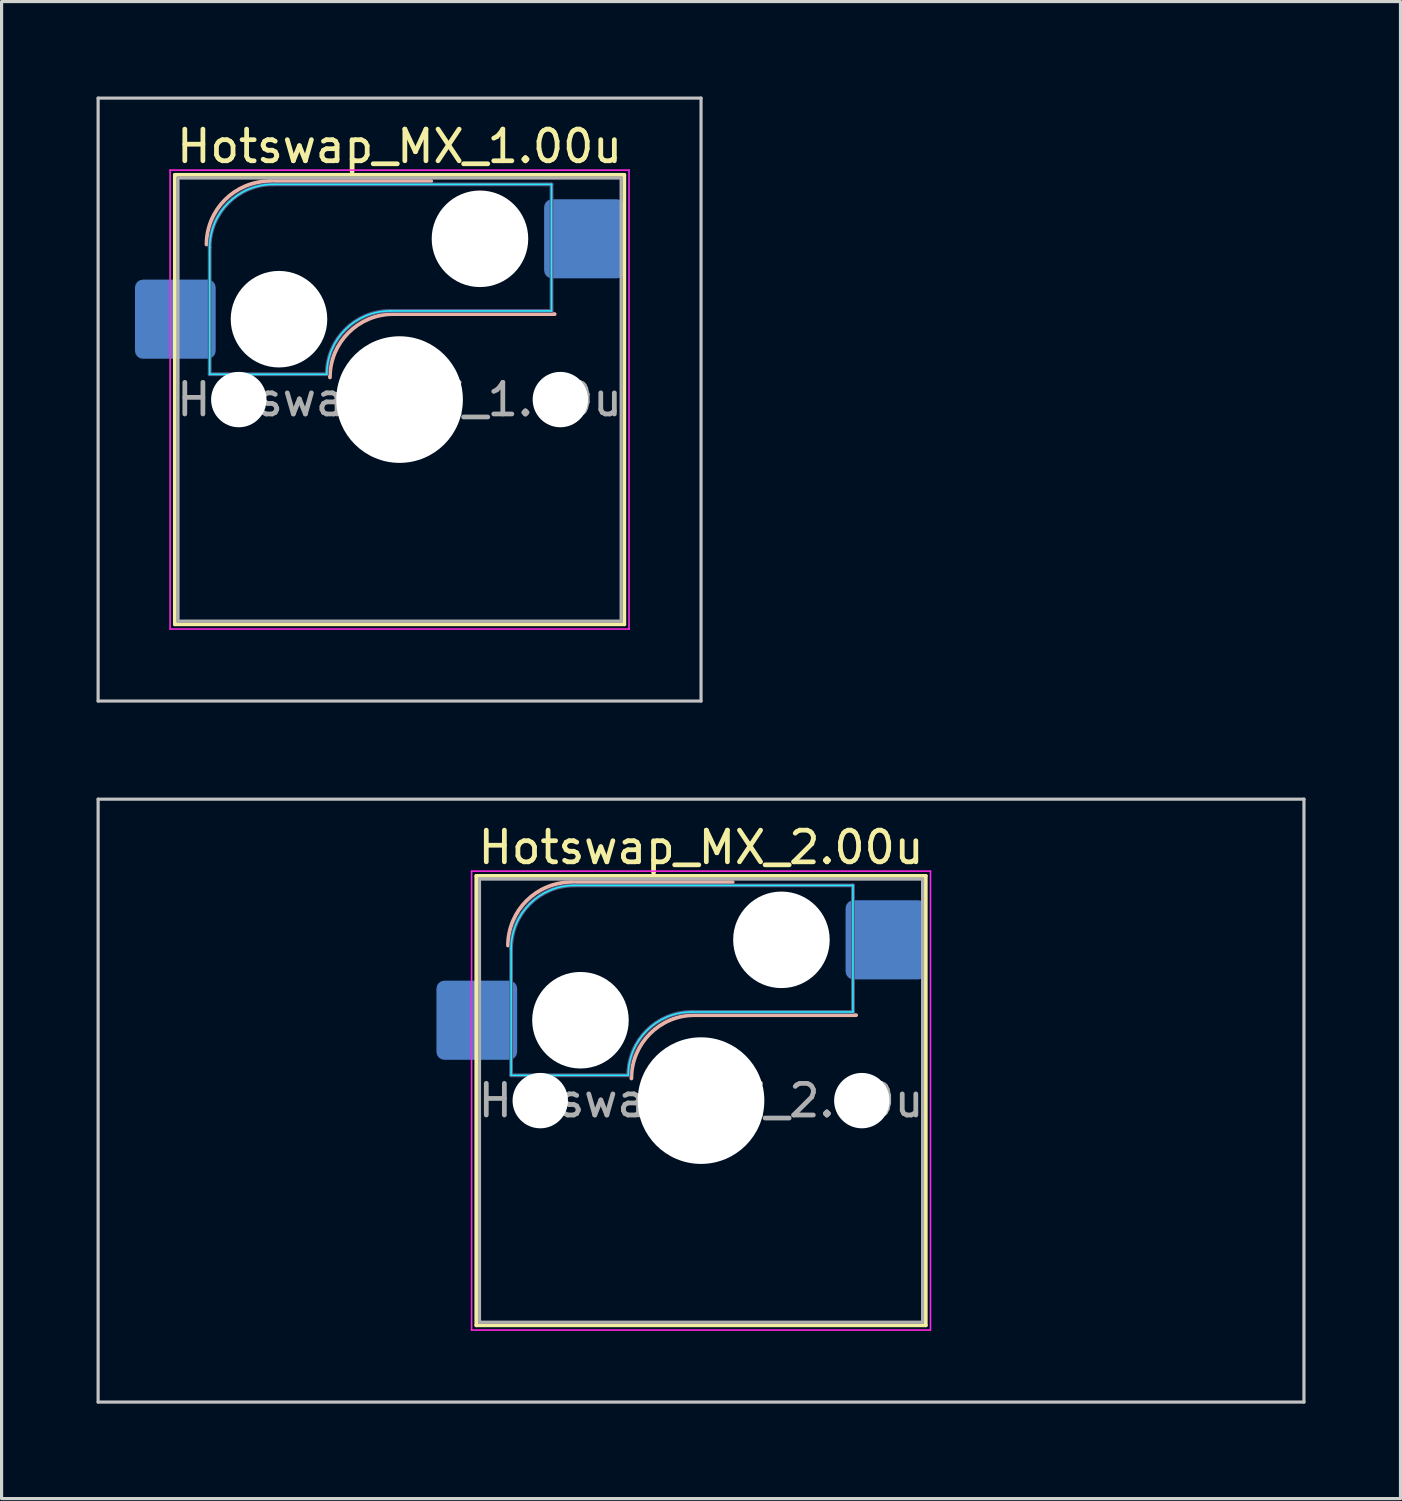
<source format=kicad_pcb>
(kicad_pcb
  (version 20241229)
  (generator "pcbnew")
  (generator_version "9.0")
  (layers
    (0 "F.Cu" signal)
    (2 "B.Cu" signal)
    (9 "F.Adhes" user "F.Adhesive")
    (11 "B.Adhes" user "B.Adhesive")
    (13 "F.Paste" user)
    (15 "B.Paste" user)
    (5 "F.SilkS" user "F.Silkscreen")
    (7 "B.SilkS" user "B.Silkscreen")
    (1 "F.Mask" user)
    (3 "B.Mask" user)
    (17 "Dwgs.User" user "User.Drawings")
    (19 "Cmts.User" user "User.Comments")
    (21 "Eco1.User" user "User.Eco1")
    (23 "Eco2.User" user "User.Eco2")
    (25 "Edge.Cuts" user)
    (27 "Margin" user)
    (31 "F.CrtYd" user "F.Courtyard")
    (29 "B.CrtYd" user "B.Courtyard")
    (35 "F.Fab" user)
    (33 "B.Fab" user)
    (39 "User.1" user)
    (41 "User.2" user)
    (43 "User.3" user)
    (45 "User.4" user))
  (footprint "Hotswap_MX_2.00u"
    (layer "F.Cu")
    (at 19.1 31.725)
    (property "Reference" "Hotswap_MX_2.00u" (at 0 -8 0) (layer "F.SilkS") (effects (font (size 1 1) (thickness 0.15))))
    (attr smd)
    (fp_line (start -7.1 -7.1) (end -7.1 7.1) (stroke (width 0.12) (type solid)) (layer "F.SilkS"))
    (fp_line (start -7.1 7.1) (end 7.1 7.1) (stroke (width 0.12) (type solid)) (layer "F.SilkS"))
    (fp_line (start 7.1 -7.1) (end -7.1 -7.1) (stroke (width 0.12) (type solid)) (layer "F.SilkS"))
    (fp_line (start 7.1 7.1) (end 7.1 -7.1) (stroke (width 0.12) (type solid)) (layer "F.SilkS"))
    (fp_line (start -4.1 -6.9) (end 1 -6.9) (stroke (width 0.12) (type solid)) (layer "B.SilkS"))
    (fp_line (start -0.2 -2.7) (end 4.9 -2.7) (stroke (width 0.12) (type solid)) (layer "B.SilkS"))
    (fp_arc (start -6.1 -4.9) (mid -5.514214 -6.314214) (end -4.1 -6.9) (stroke (width 0.12) (type solid)) (layer "B.SilkS"))
    (fp_arc (start -2.2 -0.7) (mid -1.614214 -2.114214) (end -0.2 -2.7) (stroke (width 0.12) (type solid)) (layer "B.SilkS"))
    (fp_line (start -19.05 -9.525) (end -19.05 9.525) (stroke (width 0.1) (type solid)) (layer "Dwgs.User"))
    (fp_line (start -19.05 9.525) (end 19.05 9.525) (stroke (width 0.1) (type solid)) (layer "Dwgs.User"))
    (fp_line (start 19.05 -9.525) (end -19.05 -9.525) (stroke (width 0.1) (type solid)) (layer "Dwgs.User"))
    (fp_line (start 19.05 9.525) (end 19.05 -9.525) (stroke (width 0.1) (type solid)) (layer "Dwgs.User"))
    (fp_line (start -7.8 -6) (end -7 -6) (stroke (width 0.1) (type solid)) (layer "Eco1.User"))
    (fp_line (start -7.8 -2.9) (end -7.8 -6) (stroke (width 0.1) (type solid)) (layer "Eco1.User"))
    (fp_line (start -7.8 2.9) (end -7 2.9) (stroke (width 0.1) (type solid)) (layer "Eco1.User"))
    (fp_line (start -7.8 6) (end -7.8 2.9) (stroke (width 0.1) (type solid)) (layer "Eco1.User"))
    (fp_line (start -7 -7) (end 7 -7) (stroke (width 0.1) (type solid)) (layer "Eco1.User"))
    (fp_line (start -7 -6) (end -7 -7) (stroke (width 0.1) (type solid)) (layer "Eco1.User"))
    (fp_line (start -7 -2.9) (end -7.8 -2.9) (stroke (width 0.1) (type solid)) (layer "Eco1.User"))
    (fp_line (start -7 2.9) (end -7 -2.9) (stroke (width 0.1) (type solid)) (layer "Eco1.User"))
    (fp_line (start -7 6) (end -7.8 6) (stroke (width 0.1) (type solid)) (layer "Eco1.User"))
    (fp_line (start -7 7) (end -7 6) (stroke (width 0.1) (type solid)) (layer "Eco1.User"))
    (fp_line (start 7 -7) (end 7 -6) (stroke (width 0.1) (type solid)) (layer "Eco1.User"))
    (fp_line (start 7 -6) (end 7.8 -6) (stroke (width 0.1) (type solid)) (layer "Eco1.User"))
    (fp_line (start 7 -2.9) (end 7 2.9) (stroke (width 0.1) (type solid)) (layer "Eco1.User"))
    (fp_line (start 7 2.9) (end 7.8 2.9) (stroke (width 0.1) (type solid)) (layer "Eco1.User"))
    (fp_line (start 7 6) (end 7 7) (stroke (width 0.1) (type solid)) (layer "Eco1.User"))
    (fp_line (start 7 7) (end -7 7) (stroke (width 0.1) (type solid)) (layer "Eco1.User"))
    (fp_line (start 7.8 -6) (end 7.8 -2.9) (stroke (width 0.1) (type solid)) (layer "Eco1.User"))
    (fp_line (start 7.8 -2.9) (end 7 -2.9) (stroke (width 0.1) (type solid)) (layer "Eco1.User"))
    (fp_line (start 7.8 2.9) (end 7.8 6) (stroke (width 0.1) (type solid)) (layer "Eco1.User"))
    (fp_line (start 7.8 6) (end 7 6) (stroke (width 0.1) (type solid)) (layer "Eco1.User"))
    (fp_line (start -6 -0.8) (end -6 -4.8) (stroke (width 0.05) (type solid)) (layer "B.CrtYd"))
    (fp_line (start -6 -0.8) (end -2.3 -0.8) (stroke (width 0.05) (type solid)) (layer "B.CrtYd"))
    (fp_line (start -4 -6.8) (end 4.8 -6.8) (stroke (width 0.05) (type solid)) (layer "B.CrtYd"))
    (fp_line (start -0.3 -2.8) (end 4.8 -2.8) (stroke (width 0.05) (type solid)) (layer "B.CrtYd"))
    (fp_line (start 4.8 -6.8) (end 4.8 -2.8) (stroke (width 0.05) (type solid)) (layer "B.CrtYd"))
    (fp_arc (start -6 -4.8) (mid -5.414214 -6.214214) (end -4 -6.8) (stroke (width 0.05) (type solid)) (layer "B.CrtYd"))
    (fp_arc (start -2.3 -0.8) (mid -1.714214 -2.214214) (end -0.3 -2.8) (stroke (width 0.05) (type solid)) (layer "B.CrtYd"))
    (fp_line (start -7.25 -7.25) (end -7.25 7.25) (stroke (width 0.05) (type solid)) (layer "F.CrtYd"))
    (fp_line (start -7.25 7.25) (end 7.25 7.25) (stroke (width 0.05) (type solid)) (layer "F.CrtYd"))
    (fp_line (start 7.25 -7.25) (end -7.25 -7.25) (stroke (width 0.05) (type solid)) (layer "F.CrtYd"))
    (fp_line (start 7.25 7.25) (end 7.25 -7.25) (stroke (width 0.05) (type solid)) (layer "F.CrtYd"))
    (fp_line (start -6 -0.8) (end -6 -4.8) (stroke (width 0.12) (type solid)) (layer "B.Fab"))
    (fp_line (start -6 -0.8) (end -2.3 -0.8) (stroke (width 0.12) (type solid)) (layer "B.Fab"))
    (fp_line (start -4 -6.8) (end 4.8 -6.8) (stroke (width 0.12) (type solid)) (layer "B.Fab"))
    (fp_line (start -0.3 -2.8) (end 4.8 -2.8) (stroke (width 0.12) (type solid)) (layer "B.Fab"))
    (fp_line (start 4.8 -6.8) (end 4.8 -2.8) (stroke (width 0.12) (type solid)) (layer "B.Fab"))
    (fp_arc (start -6 -4.8) (mid -5.414214 -6.214214) (end -4 -6.8) (stroke (width 0.12) (type solid)) (layer "B.Fab"))
    (fp_arc (start -2.3 -0.8) (mid -1.714214 -2.214214) (end -0.3 -2.8) (stroke (width 0.12) (type solid)) (layer "B.Fab"))
    (fp_line (start -7 -7) (end -7 7) (stroke (width 0.1) (type solid)) (layer "F.Fab"))
    (fp_line (start -7 7) (end 7 7) (stroke (width 0.1) (type solid)) (layer "F.Fab"))
    (fp_line (start 7 -7) (end -7 -7) (stroke (width 0.1) (type solid)) (layer "F.Fab"))
    (fp_line (start 7 7) (end 7 -7) (stroke (width 0.1) (type solid)) (layer "F.Fab"))
    (fp_text user "${REFERENCE}" (at 0 0 0) (layer "F.Fab") (effects (font (size 1 1) (thickness 0.15))))
    (pad "" np_thru_hole circle (at -5.08 0) (size 1.75 1.75) (drill 1.75) (layers "*.Cu" "*.Mask"))
    (pad "" np_thru_hole circle (at -3.81 -2.54) (size 3.05 3.05) (drill 3.05) (layers "*.Cu" "*.Mask"))
    (pad "" np_thru_hole circle (at 0 0) (size 4 4) (drill 4) (layers "*.Cu" "*.Mask"))
    (pad "" np_thru_hole circle (at 2.54 -5.08) (size 3.05 3.05) (drill 3.05) (layers "*.Cu" "*.Mask"))
    (pad "" np_thru_hole circle (at 5.08 0) (size 1.75 1.75) (drill 1.75) (layers "*.Cu" "*.Mask"))
    (pad "1" smd roundrect (at -7.085 -2.54) (size 2.55 2.5) (layers "B.Cu" "B.Mask" "B.Paste") (roundrect_rratio 0.1))
    (pad "2" smd roundrect (at 5.842 -5.08) (size 2.55 2.5) (layers "B.Cu" "B.Mask" "B.Paste") (roundrect_rratio 0.1)))
  (footprint "Hotswap_MX_1.00u"
    (layer "F.Cu")
    (at 9.575 9.575)
    (property "Reference" "Hotswap_MX_1.00u" (at 0 -8 0) (layer "F.SilkS") (effects (font (size 1 1) (thickness 0.15))))
    (attr smd)
    (fp_line (start -7.1 -7.1) (end -7.1 7.1) (stroke (width 0.12) (type solid)) (layer "F.SilkS"))
    (fp_line (start -7.1 7.1) (end 7.1 7.1) (stroke (width 0.12) (type solid)) (layer "F.SilkS"))
    (fp_line (start 7.1 -7.1) (end -7.1 -7.1) (stroke (width 0.12) (type solid)) (layer "F.SilkS"))
    (fp_line (start 7.1 7.1) (end 7.1 -7.1) (stroke (width 0.12) (type solid)) (layer "F.SilkS"))
    (fp_line (start -4.1 -6.9) (end 1 -6.9) (stroke (width 0.12) (type solid)) (layer "B.SilkS"))
    (fp_line (start -0.2 -2.7) (end 4.9 -2.7) (stroke (width 0.12) (type solid)) (layer "B.SilkS"))
    (fp_arc (start -6.1 -4.9) (mid -5.514214 -6.314214) (end -4.1 -6.9) (stroke (width 0.12) (type solid)) (layer "B.SilkS"))
    (fp_arc (start -2.2 -0.7) (mid -1.614214 -2.114214) (end -0.2 -2.7) (stroke (width 0.12) (type solid)) (layer "B.SilkS"))
    (fp_line (start -9.525 -9.525) (end -9.525 9.525) (stroke (width 0.1) (type solid)) (layer "Dwgs.User"))
    (fp_line (start -9.525 9.525) (end 9.525 9.525) (stroke (width 0.1) (type solid)) (layer "Dwgs.User"))
    (fp_line (start 9.525 -9.525) (end -9.525 -9.525) (stroke (width 0.1) (type solid)) (layer "Dwgs.User"))
    (fp_line (start 9.525 9.525) (end 9.525 -9.525) (stroke (width 0.1) (type solid)) (layer "Dwgs.User"))
    (fp_line (start -7.8 -6) (end -7 -6) (stroke (width 0.1) (type solid)) (layer "Eco1.User"))
    (fp_line (start -7.8 -2.9) (end -7.8 -6) (stroke (width 0.1) (type solid)) (layer "Eco1.User"))
    (fp_line (start -7.8 2.9) (end -7 2.9) (stroke (width 0.1) (type solid)) (layer "Eco1.User"))
    (fp_line (start -7.8 6) (end -7.8 2.9) (stroke (width 0.1) (type solid)) (layer "Eco1.User"))
    (fp_line (start -7 -7) (end 7 -7) (stroke (width 0.1) (type solid)) (layer "Eco1.User"))
    (fp_line (start -7 -6) (end -7 -7) (stroke (width 0.1) (type solid)) (layer "Eco1.User"))
    (fp_line (start -7 -2.9) (end -7.8 -2.9) (stroke (width 0.1) (type solid)) (layer "Eco1.User"))
    (fp_line (start -7 2.9) (end -7 -2.9) (stroke (width 0.1) (type solid)) (layer "Eco1.User"))
    (fp_line (start -7 6) (end -7.8 6) (stroke (width 0.1) (type solid)) (layer "Eco1.User"))
    (fp_line (start -7 7) (end -7 6) (stroke (width 0.1) (type solid)) (layer "Eco1.User"))
    (fp_line (start 7 -7) (end 7 -6) (stroke (width 0.1) (type solid)) (layer "Eco1.User"))
    (fp_line (start 7 -6) (end 7.8 -6) (stroke (width 0.1) (type solid)) (layer "Eco1.User"))
    (fp_line (start 7 -2.9) (end 7 2.9) (stroke (width 0.1) (type solid)) (layer "Eco1.User"))
    (fp_line (start 7 2.9) (end 7.8 2.9) (stroke (width 0.1) (type solid)) (layer "Eco1.User"))
    (fp_line (start 7 6) (end 7 7) (stroke (width 0.1) (type solid)) (layer "Eco1.User"))
    (fp_line (start 7 7) (end -7 7) (stroke (width 0.1) (type solid)) (layer "Eco1.User"))
    (fp_line (start 7.8 -6) (end 7.8 -2.9) (stroke (width 0.1) (type solid)) (layer "Eco1.User"))
    (fp_line (start 7.8 -2.9) (end 7 -2.9) (stroke (width 0.1) (type solid)) (layer "Eco1.User"))
    (fp_line (start 7.8 2.9) (end 7.8 6) (stroke (width 0.1) (type solid)) (layer "Eco1.User"))
    (fp_line (start 7.8 6) (end 7 6) (stroke (width 0.1) (type solid)) (layer "Eco1.User"))
    (fp_line (start -6 -0.8) (end -6 -4.8) (stroke (width 0.05) (type solid)) (layer "B.CrtYd"))
    (fp_line (start -6 -0.8) (end -2.3 -0.8) (stroke (width 0.05) (type solid)) (layer "B.CrtYd"))
    (fp_line (start -4 -6.8) (end 4.8 -6.8) (stroke (width 0.05) (type solid)) (layer "B.CrtYd"))
    (fp_line (start -0.3 -2.8) (end 4.8 -2.8) (stroke (width 0.05) (type solid)) (layer "B.CrtYd"))
    (fp_line (start 4.8 -6.8) (end 4.8 -2.8) (stroke (width 0.05) (type solid)) (layer "B.CrtYd"))
    (fp_arc (start -6 -4.8) (mid -5.414214 -6.214214) (end -4 -6.8) (stroke (width 0.05) (type solid)) (layer "B.CrtYd"))
    (fp_arc (start -2.3 -0.8) (mid -1.714214 -2.214214) (end -0.3 -2.8) (stroke (width 0.05) (type solid)) (layer "B.CrtYd"))
    (fp_line (start -7.25 -7.25) (end -7.25 7.25) (stroke (width 0.05) (type solid)) (layer "F.CrtYd"))
    (fp_line (start -7.25 7.25) (end 7.25 7.25) (stroke (width 0.05) (type solid)) (layer "F.CrtYd"))
    (fp_line (start 7.25 -7.25) (end -7.25 -7.25) (stroke (width 0.05) (type solid)) (layer "F.CrtYd"))
    (fp_line (start 7.25 7.25) (end 7.25 -7.25) (stroke (width 0.05) (type solid)) (layer "F.CrtYd"))
    (fp_line (start -6 -0.8) (end -6 -4.8) (stroke (width 0.12) (type solid)) (layer "B.Fab"))
    (fp_line (start -6 -0.8) (end -2.3 -0.8) (stroke (width 0.12) (type solid)) (layer "B.Fab"))
    (fp_line (start -4 -6.8) (end 4.8 -6.8) (stroke (width 0.12) (type solid)) (layer "B.Fab"))
    (fp_line (start -0.3 -2.8) (end 4.8 -2.8) (stroke (width 0.12) (type solid)) (layer "B.Fab"))
    (fp_line (start 4.8 -6.8) (end 4.8 -2.8) (stroke (width 0.12) (type solid)) (layer "B.Fab"))
    (fp_arc (start -6 -4.8) (mid -5.414214 -6.214214) (end -4 -6.8) (stroke (width 0.12) (type solid)) (layer "B.Fab"))
    (fp_arc (start -2.3 -0.8) (mid -1.714214 -2.214214) (end -0.3 -2.8) (stroke (width 0.12) (type solid)) (layer "B.Fab"))
    (fp_line (start -7 -7) (end -7 7) (stroke (width 0.1) (type solid)) (layer "F.Fab"))
    (fp_line (start -7 7) (end 7 7) (stroke (width 0.1) (type solid)) (layer "F.Fab"))
    (fp_line (start 7 -7) (end -7 -7) (stroke (width 0.1) (type solid)) (layer "F.Fab"))
    (fp_line (start 7 7) (end 7 -7) (stroke (width 0.1) (type solid)) (layer "F.Fab"))
    (fp_text user "${REFERENCE}" (at 0 0 0) (layer "F.Fab") (effects (font (size 1 1) (thickness 0.15))))
    (pad "" np_thru_hole circle (at -5.08 0) (size 1.75 1.75) (drill 1.75) (layers "*.Cu" "*.Mask"))
    (pad "" np_thru_hole circle (at -3.81 -2.54) (size 3.05 3.05) (drill 3.05) (layers "*.Cu" "*.Mask"))
    (pad "" np_thru_hole circle (at 0 0) (size 4 4) (drill 4) (layers "*.Cu" "*.Mask"))
    (pad "" np_thru_hole circle (at 2.54 -5.08) (size 3.05 3.05) (drill 3.05) (layers "*.Cu" "*.Mask"))
    (pad "" np_thru_hole circle (at 5.08 0) (size 1.75 1.75) (drill 1.75) (layers "*.Cu" "*.Mask"))
    (pad "1" smd roundrect (at -7.085 -2.54) (size 2.55 2.5) (layers "B.Cu" "B.Mask" "B.Paste") (roundrect_rratio 0.1))
    (pad "2" smd roundrect (at 5.842 -5.08) (size 2.55 2.5) (layers "B.Cu" "B.Mask" "B.Paste") (roundrect_rratio 0.1)))
  (gr_rect
    (start -3 -3)
    (end 41.2 44.3)
    (stroke (width 0.1) (type default))
    (fill no)
    (layer "Edge.Cuts")))
</source>
